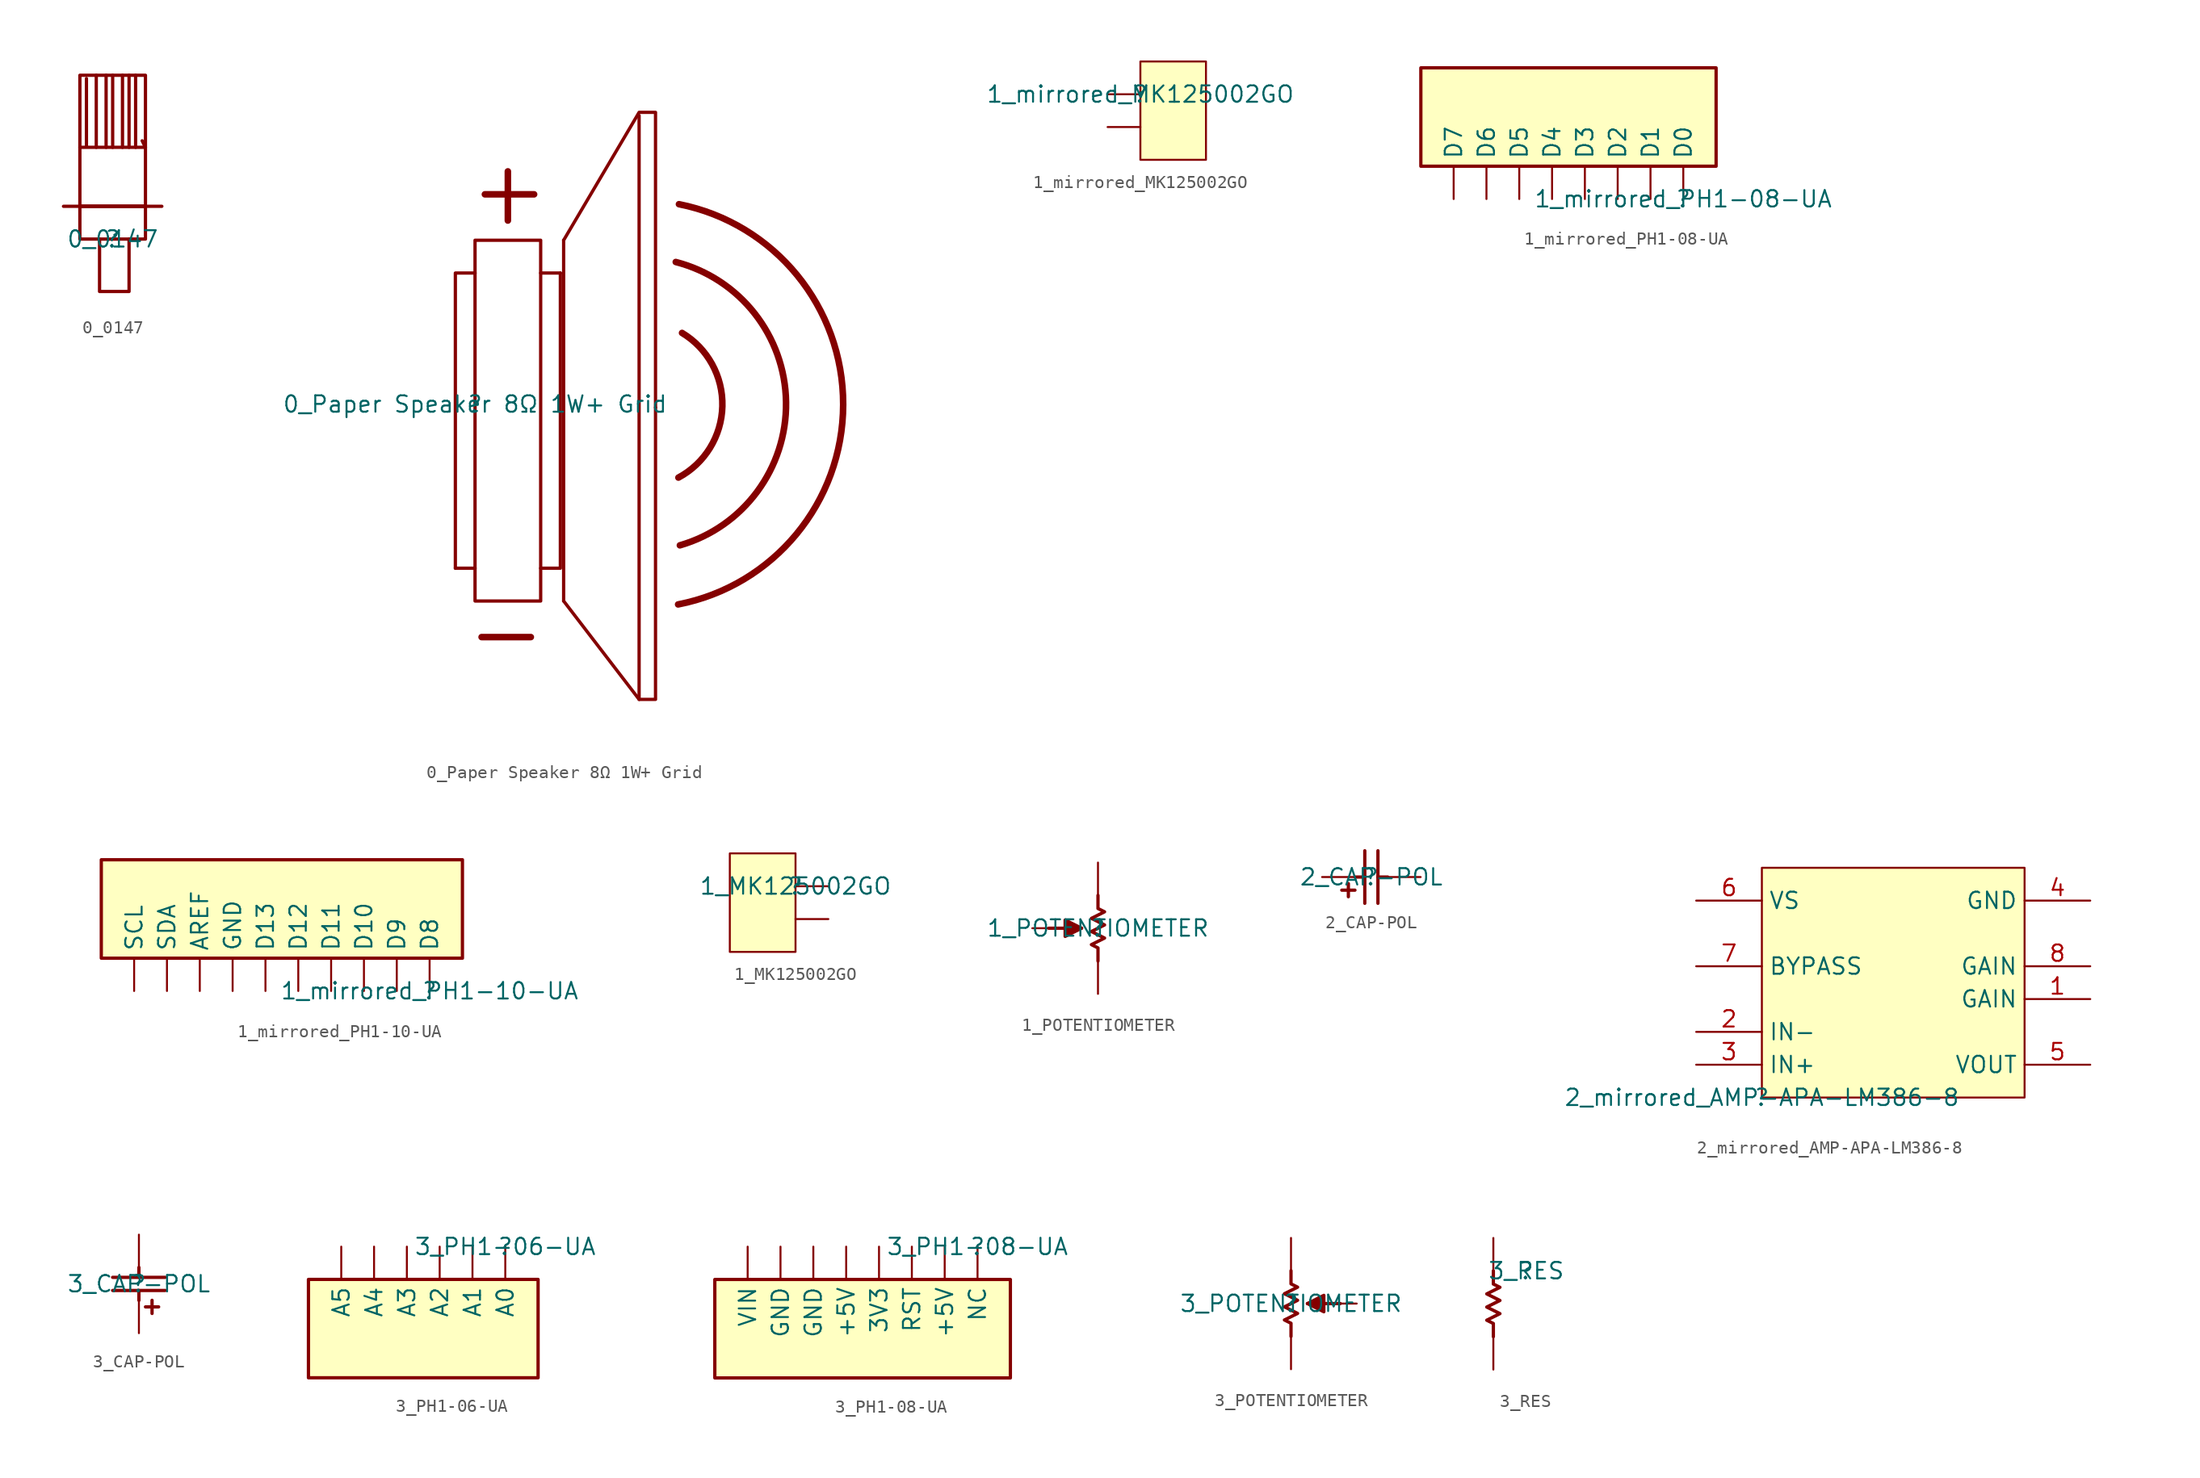
<source format=kicad_sym>
(kicad_symbol_lib
  (version 20211014)
  (generator kicad_symbol_editor)
  (symbol "0_0147"
    (property "Reference" ""
      (at 0 0 0)
      (effects (font (size 1.27 1.27))))
    (property "Value" "0_0147"
      (at 0 0 0)
      (effects (font (size 1.27 1.27))))
    (symbol "0_0147_1_0"
      (polyline (pts (xy -3.81 2.54) (xy 3.81 2.54)) (stroke (width 0.254) (type default) (color 0 0 0 0)) (fill (type none)))
      (polyline (pts (xy -1.27 12.7) (xy -1.27 7.112)) (stroke (width 0.254) (type default) (color 0 0 0 0)) (fill (type none)))
      (polyline (pts (xy -0.508 12.7) (xy -0.508 7.112)) (stroke (width 0.254) (type default) (color 0 0 0 0)) (fill (type none)))
      (polyline (pts (xy 0 12.7) (xy 0 7.112)) (stroke (width 0.254) (type default) (color 0 0 0 0)) (fill (type none)))
      (polyline (pts (xy 0.762 12.7) (xy 0.762 7.112)) (stroke (width 0.254) (type default) (color 0 0 0 0)) (fill (type none)))
      (polyline (pts (xy 1.27 12.7) (xy 1.27 7.112)) (stroke (width 0.254) (type default) (color 0 0 0 0)) (fill (type none)))
      (polyline (pts (xy 1.778 12.7) (xy 1.778 7.112)) (stroke (width 0.254) (type default) (color 0 0 0 0)) (fill (type none)))
      (polyline (pts (xy -1.016 0) (xy -1.016 -4.064) (xy 1.27 -4.064) (xy 1.27 0)) (stroke (width 0.254) (type default) (color 0 0 0 0)) (fill (type none)))
      (polyline (pts (xy -2.032 12.446) (xy -2.032 7.112) (xy -2.54 7.112) (xy 2.54 7.112) (xy 2.286 7.62)) (stroke (width 0.254) (type default) (color 0 0 0 0)) (fill (type none)))
      (rectangle (start 2.54 2.54) (end -2.54 0) (stroke (width 0.254) (type default) (color 0 0 0 0)) (fill (type none)))
      (rectangle (start 2.54 12.7) (end -2.54 2.54) (stroke (width 0.254) (type default) (color 0 0 0 0)) (fill (type none)))))
  (symbol "0_Paper Speaker 8Ω 1W+ Grid"
    (property "Reference" ""
      (at 0 0 0)
      (effects (font (size 1.27 1.27))))
    (property "Value" "0_Paper Speaker 8Ω 1W+ Grid"
      (at 0 0 0)
      (effects (font (size 1.27 1.27))))
    (symbol "0_Paper Speaker 8Ω 1W+ Grid_1_0"
      (polyline (pts (xy 0 -12.7) (xy -1.524 -12.7)) (stroke (width 0.254) (type default) (color 0 0 0 0)) (fill (type none)))
      (polyline (pts (xy 0.508 -18.034) (xy 4.318 -18.034)) (stroke (width 0.508) (type default) (color 0 0 0 0)) (fill (type none)))
      (polyline (pts (xy 0.762 16.256) (xy 4.572 16.256)) (stroke (width 0.508) (type default) (color 0 0 0 0)) (fill (type none)))
      (polyline (pts (xy 2.54 14.224) (xy 2.54 18.034)) (stroke (width 0.508) (type default) (color 0 0 0 0)) (fill (type none)))
      (polyline (pts (xy 5.08 10.16) (xy 6.604 10.16)) (stroke (width 0.254) (type default) (color 0 0 0 0)) (fill (type none)))
      (polyline (pts (xy 6.858 12.7) (xy 6.858 -15.24)) (stroke (width 0.254) (type default) (color 0 0 0 0)) (fill (type none)))
      (polyline (pts (xy 12.7 22.352) (xy 12.7 -22.86)) (stroke (width 0.254) (type default) (color 0 0 0 0)) (fill (type none)))
      (polyline (pts (xy 0 10.16) (xy -1.524 10.16) (xy -1.524 -12.7)) (stroke (width 0.254) (type default) (color 0 0 0 0)) (fill (type none)))
      (polyline (pts (xy 5.08 -12.7) (xy 6.604 -12.7) (xy 6.604 10.16)) (stroke (width 0.254) (type default) (color 0 0 0 0)) (fill (type none)))
      (polyline (pts (xy 6.858 -15.24) (xy 12.7 -22.86) (xy 13.97 -22.86) (xy 13.97 -0.254)) (stroke (width 0.254) (type default) (color 0 0 0 0)) (fill (type none)))
      (polyline (pts (xy 6.858 12.7) (xy 12.7 22.606) (xy 13.97 22.606) (xy 13.97 -0.254)) (stroke (width 0.254) (type default) (color 0 0 0 0)) (fill (type none)))
      (polyline (pts (xy 0 12.7) (xy 5.08 12.7) (xy 5.08 -15.24) (xy 0 -15.24) (xy 0 12.7)) (stroke (width 0.254) (type default) (color 0 0 0 0)) (fill (type none)))
      (arc (start 15.7189 -15.5051) (mid 28.4962 -0.0335) (end 15.7847 15.4922) (stroke (width 0.508) (type default) (color 0 0 0 0)) (fill (type none)))
      (arc (start 15.7428 -5.6821) (mid 19.1435 -0.1614) (end 16.0234 5.5226) (stroke (width 0.508) (type default) (color 0 0 0 0)) (fill (type none)))
      (arc (start 15.8561 -10.9282) (mid 24.0736 0.1652) (end 15.5374 11.0152) (stroke (width 0.508) (type default) (color 0 0 0 0)) (fill (type none)))))
  (symbol "1_mirrored_MK125002GO"
    (property "Reference" ""
      (at 0 0 0)
      (effects (font (size 1.27 1.27))))
    (property "Value" "1_mirrored_MK125002GO"
      (at 0 0 0)
      (effects (font (size 1.27 1.27))))
    (symbol "1_mirrored_MK125002GO_1_0"
      (rectangle (start 5.08 2.54) (end 0 -5.08) (stroke (width 0) (type default) (color 0 0 0 0)) (fill (type background)))
      (pin passive line (at -2.54 -2.54 0) (length 2.54) (name "1" (effects (font (size 0 0)))) (number "1" (effects (font (size 0 0)))))
      (pin passive line (at -2.54 0 0) (length 2.54) (name "2" (effects (font (size 0 0)))) (number "2" (effects (font (size 0 0)))))))
  (symbol "1_mirrored_PH1-08-UA"
    (property "Reference" ""
      (at 0 0 0)
      (effects (font (size 1.27 1.27))))
    (property "Value" "1_mirrored_PH1-08-UA"
      (at 0 0 0)
      (effects (font (size 1.27 1.27))))
    (symbol "1_mirrored_PH1-08-UA_1_0"
      (rectangle (start 2.54 10.16) (end -20.32 2.54) (stroke (width 0.254) (type default) (color 0 0 0 0)) (fill (type background)))
      (pin passive line (at 0 0 90) (length 2.54) (name "D0" (effects (font (size 1.27 1.27)))) (number "1" (effects (font (size 0 0)))))
      (pin passive line (at -2.54 0 90) (length 2.54) (name "D1" (effects (font (size 1.27 1.27)))) (number "2" (effects (font (size 0 0)))))
      (pin passive line (at -5.08 0 90) (length 2.54) (name "D2" (effects (font (size 1.27 1.27)))) (number "3" (effects (font (size 0 0)))))
      (pin passive line (at -7.62 0 90) (length 2.54) (name "D3" (effects (font (size 1.27 1.27)))) (number "4" (effects (font (size 0 0)))))
      (pin passive line (at -10.16 0 90) (length 2.54) (name "D4" (effects (font (size 1.27 1.27)))) (number "5" (effects (font (size 0 0)))))
      (pin passive line (at -12.7 0 90) (length 2.54) (name "D5" (effects (font (size 1.27 1.27)))) (number "6" (effects (font (size 0 0)))))
      (pin passive line (at -15.24 0 90) (length 2.54) (name "D6" (effects (font (size 1.27 1.27)))) (number "7" (effects (font (size 0 0)))))
      (pin passive line (at -17.78 0 90) (length 2.54) (name "D7" (effects (font (size 1.27 1.27)))) (number "8" (effects (font (size 0 0)))))))
  (symbol "1_mirrored_PH1-10-UA"
    (property "Reference" ""
      (at 0 0 0)
      (effects (font (size 1.27 1.27))))
    (property "Value" "1_mirrored_PH1-10-UA"
      (at 0 0 0)
      (effects (font (size 1.27 1.27))))
    (symbol "1_mirrored_PH1-10-UA_1_0"
      (rectangle (start 2.54 10.16) (end -25.4 2.54) (stroke (width 0.254) (type default) (color 0 0 0 0)) (fill (type background)))
      (pin passive line (at 0 0 90) (length 2.54) (name "D8" (effects (font (size 1.27 1.27)))) (number "1" (effects (font (size 0 0)))))
      (pin passive line (at -22.86 0 90) (length 2.54) (name "SCL" (effects (font (size 1.27 1.27)))) (number "10" (effects (font (size 0 0)))))
      (pin passive line (at -2.54 0 90) (length 2.54) (name "D9" (effects (font (size 1.27 1.27)))) (number "2" (effects (font (size 0 0)))))
      (pin passive line (at -5.08 0 90) (length 2.54) (name "D10" (effects (font (size 1.27 1.27)))) (number "3" (effects (font (size 0 0)))))
      (pin passive line (at -7.62 0 90) (length 2.54) (name "D11" (effects (font (size 1.27 1.27)))) (number "4" (effects (font (size 0 0)))))
      (pin passive line (at -10.16 0 90) (length 2.54) (name "D12" (effects (font (size 1.27 1.27)))) (number "5" (effects (font (size 0 0)))))
      (pin passive line (at -12.7 0 90) (length 2.54) (name "D13" (effects (font (size 1.27 1.27)))) (number "6" (effects (font (size 0 0)))))
      (pin passive line (at -15.24 0 90) (length 2.54) (name "GND" (effects (font (size 1.27 1.27)))) (number "7" (effects (font (size 0 0)))))
      (pin passive line (at -17.78 0 90) (length 2.54) (name "AREF" (effects (font (size 1.27 1.27)))) (number "8" (effects (font (size 0 0)))))
      (pin passive line (at -20.32 0 90) (length 2.54) (name "SDA" (effects (font (size 1.27 1.27)))) (number "9" (effects (font (size 0 0)))))))
  (symbol "1_MK125002GO"
    (property "Reference" ""
      (at 0 0 0)
      (effects (font (size 1.27 1.27))))
    (property "Value" "1_MK125002GO"
      (at 0 0 0)
      (effects (font (size 1.27 1.27))))
    (symbol "1_MK125002GO_1_0"
      (rectangle (start 0 2.54) (end -5.08 -5.08) (stroke (width 0) (type default) (color 0 0 0 0)) (fill (type background)))
      (pin passive line (at 2.54 -2.54 180) (length 2.54) (name "1" (effects (font (size 0 0)))) (number "1" (effects (font (size 0 0)))))
      (pin passive line (at 2.54 0 180) (length 2.54) (name "2" (effects (font (size 0 0)))) (number "2" (effects (font (size 0 0)))))))
  (symbol "1_POTENTIOMETER"
    (property "Reference" ""
      (at 0 0 0)
      (effects (font (size 1.27 1.27))))
    (property "Value" "1_POTENTIOMETER"
      (at 0 0 0)
      (effects (font (size 1.27 1.27))))
    (symbol "1_POTENTIOMETER_1_0"
      (polyline (pts (xy -3.81 0) (xy -1.27 0)) (stroke (width 0.254) (type default) (color 0 0 0 0)) (fill (type none)))
      (polyline (pts (xy -1.27 0) (xy -2.54 -0.635) (xy -2.54 0.635) (xy -1.27 0)) (stroke (width 0.254) (type default) (color 0 0 0 0)) (fill (type outline)))
      (polyline (pts (xy 0 2.54) (xy 0 1.524) (xy 0.508 1.27) (xy -0.508 0.762) (xy 0.508 0.254) (xy -0.508 -0.254) (xy 0.508 -0.762) (xy -0.508 -1.27) (xy 0 -1.524) (xy 0 -2.54)) (stroke (width 0.254) (type default) (color 0 0 0 0)) (fill (type none)))
      (pin passive line (at 0 -5.08 90) (length 2.54) (name "1" (effects (font (size 0 0)))) (number "1" (effects (font (size 0 0)))))
      (pin passive line (at -5.08 0 0) (length 1.27) (name "2" (effects (font (size 0 0)))) (number "2" (effects (font (size 0 0)))))
      (pin passive line (at 0 5.08 270) (length 2.54) (name "3" (effects (font (size 0 0)))) (number "3" (effects (font (size 0 0)))))))
  (symbol "2_CAP-POL"
    (property "Reference" ""
      (at 0 0 0)
      (effects (font (size 1.27 1.27))))
    (property "Value" "2_CAP-POL"
      (at 0 0 0)
      (effects (font (size 1.27 1.27))))
    (symbol "2_CAP-POL_1_0"
      (polyline (pts (xy -1.778 -1.524) (xy -1.778 -0.508)) (stroke (width 0.254) (type default) (color 0 0 0 0)) (fill (type none)))
      (polyline (pts (xy -1.27 -1.016) (xy -2.286 -1.016)) (stroke (width 0.254) (type default) (color 0 0 0 0)) (fill (type none)))
      (polyline (pts (xy -1.27 0) (xy -0.508 0)) (stroke (width 0.254) (type default) (color 0 0 0 0)) (fill (type none)))
      (polyline (pts (xy -0.508 -2.032) (xy -0.508 2.032)) (stroke (width 0.254) (type default) (color 0 0 0 0)) (fill (type none)))
      (polyline (pts (xy 0.508 2.032) (xy 0.508 -2.032)) (stroke (width 0.254) (type default) (color 0 0 0 0)) (fill (type none)))
      (polyline (pts (xy 1.27 0) (xy 0.508 0)) (stroke (width 0.254) (type default) (color 0 0 0 0)) (fill (type none)))
      (pin passive line (at 3.81 0 180) (length 2.54) (name "1" (effects (font (size 0 0)))) (number "1" (effects (font (size 0 0)))))
      (pin passive line (at -3.81 0 0) (length 2.54) (name "2" (effects (font (size 0 0)))) (number "2" (effects (font (size 0 0)))))))
  (symbol "2_mirrored_AMP-APA-LM386-8"
    (property "Reference" ""
      (at 0 0 0)
      (effects (font (size 1.27 1.27))))
    (property "Value" "2_mirrored_AMP-APA-LM386-8"
      (at 0 0 0)
      (effects (font (size 1.27 1.27))))
    (symbol "2_mirrored_AMP-APA-LM386-8_1_0"
      (rectangle (start 20.32 17.78) (end 0 0) (stroke (width 0) (type default) (color 0 0 0 0)) (fill (type background)))
      (pin passive line (at 25.4 7.62 180) (length 5.08) (name "GAIN" (effects (font (size 1.27 1.27)))) (number "1" (effects (font (size 1.27 1.27)))))
      (pin passive line (at -5.08 5.08 0) (length 5.08) (name "IN-" (effects (font (size 1.27 1.27)))) (number "2" (effects (font (size 1.27 1.27)))))
      (pin passive line (at -5.08 2.54 0) (length 5.08) (name "IN+" (effects (font (size 1.27 1.27)))) (number "3" (effects (font (size 1.27 1.27)))))
      (pin power_in line (at 25.4 15.24 180) (length 5.08) (name "GND" (effects (font (size 1.27 1.27)))) (number "4" (effects (font (size 1.27 1.27)))))
      (pin passive line (at 25.4 2.54 180) (length 5.08) (name "VOUT" (effects (font (size 1.27 1.27)))) (number "5" (effects (font (size 1.27 1.27)))))
      (pin power_in line (at -5.08 15.24 0) (length 5.08) (name "VS" (effects (font (size 1.27 1.27)))) (number "6" (effects (font (size 1.27 1.27)))))
      (pin passive line (at -5.08 10.16 0) (length 5.08) (name "BYPASS" (effects (font (size 1.27 1.27)))) (number "7" (effects (font (size 1.27 1.27)))))
      (pin passive line (at 25.4 10.16 180) (length 5.08) (name "GAIN" (effects (font (size 1.27 1.27)))) (number "8" (effects (font (size 1.27 1.27)))))))
  (symbol "3_CAP-POL"
    (property "Reference" ""
      (at 0 0 0)
      (effects (font (size 1.27 1.27))))
    (property "Value" "3_CAP-POL"
      (at 0 0 0)
      (effects (font (size 1.27 1.27))))
    (symbol "3_CAP-POL_1_0"
      (polyline (pts (xy -2.032 0.508) (xy 2.032 0.508)) (stroke (width 0.254) (type default) (color 0 0 0 0)) (fill (type none)))
      (polyline (pts (xy 0 -1.27) (xy 0 -0.508)) (stroke (width 0.254) (type default) (color 0 0 0 0)) (fill (type none)))
      (polyline (pts (xy 0 1.27) (xy 0 0.508)) (stroke (width 0.254) (type default) (color 0 0 0 0)) (fill (type none)))
      (polyline (pts (xy 1.016 -1.27) (xy 1.016 -2.286)) (stroke (width 0.254) (type default) (color 0 0 0 0)) (fill (type none)))
      (polyline (pts (xy 1.524 -1.778) (xy 0.508 -1.778)) (stroke (width 0.254) (type default) (color 0 0 0 0)) (fill (type none)))
      (polyline (pts (xy 2.032 -0.508) (xy -2.032 -0.508)) (stroke (width 0.254) (type default) (color 0 0 0 0)) (fill (type none)))
      (pin passive line (at 0 3.81 270) (length 2.54) (name "1" (effects (font (size 0 0)))) (number "1" (effects (font (size 0 0)))))
      (pin passive line (at 0 -3.81 90) (length 2.54) (name "2" (effects (font (size 0 0)))) (number "2" (effects (font (size 0 0)))))))
  (symbol "3_PH1-06-UA"
    (property "Reference" ""
      (at 0 0 0)
      (effects (font (size 1.27 1.27))))
    (property "Value" "3_PH1-06-UA"
      (at 0 0 0)
      (effects (font (size 1.27 1.27))))
    (symbol "3_PH1-06-UA_1_0"
      (rectangle (start 2.54 -2.54) (end -15.24 -10.16) (stroke (width 0.254) (type default) (color 0 0 0 0)) (fill (type background)))
      (pin passive line (at 0 0 270) (length 2.54) (name "A0" (effects (font (size 1.27 1.27)))) (number "1" (effects (font (size 0 0)))))
      (pin passive line (at -2.54 0 270) (length 2.54) (name "A1" (effects (font (size 1.27 1.27)))) (number "2" (effects (font (size 0 0)))))
      (pin passive line (at -5.08 0 270) (length 2.54) (name "A2" (effects (font (size 1.27 1.27)))) (number "3" (effects (font (size 0 0)))))
      (pin passive line (at -7.62 0 270) (length 2.54) (name "A3" (effects (font (size 1.27 1.27)))) (number "4" (effects (font (size 0 0)))))
      (pin passive line (at -10.16 0 270) (length 2.54) (name "A4" (effects (font (size 1.27 1.27)))) (number "5" (effects (font (size 0 0)))))
      (pin passive line (at -12.7 0 270) (length 2.54) (name "A5" (effects (font (size 1.27 1.27)))) (number "6" (effects (font (size 0 0)))))))
  (symbol "3_PH1-08-UA"
    (property "Reference" ""
      (at 0 0 0)
      (effects (font (size 1.27 1.27))))
    (property "Value" "3_PH1-08-UA"
      (at 0 0 0)
      (effects (font (size 1.27 1.27))))
    (symbol "3_PH1-08-UA_1_0"
      (rectangle (start 2.54 -2.54) (end -20.32 -10.16) (stroke (width 0.254) (type default) (color 0 0 0 0)) (fill (type background)))
      (pin passive line (at 0 0 270) (length 2.54) (name "NC" (effects (font (size 1.27 1.27)))) (number "1" (effects (font (size 0 0)))))
      (pin passive line (at -2.54 0 270) (length 2.54) (name "+5V" (effects (font (size 1.27 1.27)))) (number "2" (effects (font (size 0 0)))))
      (pin passive line (at -5.08 0 270) (length 2.54) (name "RST" (effects (font (size 1.27 1.27)))) (number "3" (effects (font (size 0 0)))))
      (pin passive line (at -7.62 0 270) (length 2.54) (name "3V3" (effects (font (size 1.27 1.27)))) (number "4" (effects (font (size 0 0)))))
      (pin passive line (at -10.16 0 270) (length 2.54) (name "+5V" (effects (font (size 1.27 1.27)))) (number "5" (effects (font (size 0 0)))))
      (pin passive line (at -12.7 0 270) (length 2.54) (name "GND" (effects (font (size 1.27 1.27)))) (number "6" (effects (font (size 0 0)))))
      (pin passive line (at -15.24 0 270) (length 2.54) (name "GND" (effects (font (size 1.27 1.27)))) (number "7" (effects (font (size 0 0)))))
      (pin passive line (at -17.78 0 270) (length 2.54) (name "VIN" (effects (font (size 1.27 1.27)))) (number "8" (effects (font (size 0 0)))))))
  (symbol "3_POTENTIOMETER"
    (property "Reference" ""
      (at 0 0 0)
      (effects (font (size 1.27 1.27))))
    (property "Value" "3_POTENTIOMETER"
      (at 0 0 0)
      (effects (font (size 1.27 1.27))))
    (symbol "3_POTENTIOMETER_1_0"
      (polyline (pts (xy 3.81 0) (xy 1.27 0)) (stroke (width 0.254) (type default) (color 0 0 0 0)) (fill (type none)))
      (polyline (pts (xy 1.27 0) (xy 2.54 0.635) (xy 2.54 -0.635) (xy 1.27 0)) (stroke (width 0.254) (type default) (color 0 0 0 0)) (fill (type outline)))
      (polyline (pts (xy 0 -2.54) (xy 0 -1.524) (xy -0.508 -1.27) (xy 0.508 -0.762) (xy -0.508 -0.254) (xy 0.508 0.254) (xy -0.508 0.762) (xy 0.508 1.27) (xy 0 1.524) (xy 0 2.54)) (stroke (width 0.254) (type default) (color 0 0 0 0)) (fill (type none)))
      (pin passive line (at 0 5.08 270) (length 2.54) (name "1" (effects (font (size 0 0)))) (number "1" (effects (font (size 0 0)))))
      (pin passive line (at 5.08 0 180) (length 1.27) (name "2" (effects (font (size 0 0)))) (number "2" (effects (font (size 0 0)))))
      (pin passive line (at 0 -5.08 90) (length 2.54) (name "3" (effects (font (size 0 0)))) (number "3" (effects (font (size 0 0)))))))
  (symbol "3_RES"
    (property "Reference" ""
      (at 0 0 0)
      (effects (font (size 1.27 1.27))))
    (property "Value" "3_RES"
      (at 0 0 0)
      (effects (font (size 1.27 1.27))))
    (symbol "3_RES_1_0"
      (polyline (pts (xy -2.54 -5.08) (xy -2.54 -4.064) (xy -3.048 -3.81) (xy -2.032 -3.302) (xy -3.048 -2.794) (xy -2.032 -2.286) (xy -3.048 -1.778) (xy -2.032 -1.27) (xy -2.54 -1.016) (xy -2.54 0)) (stroke (width 0.254) (type default) (color 0 0 0 0)) (fill (type none)))
      (pin passive line (at -2.54 2.54 270) (length 2.54) (name "1" (effects (font (size 0 0)))) (number "1" (effects (font (size 0 0)))))
      (pin passive line (at -2.54 -7.62 90) (length 2.54) (name "2" (effects (font (size 0 0)))) (number "2" (effects (font (size 0 0))))))))
</source>
